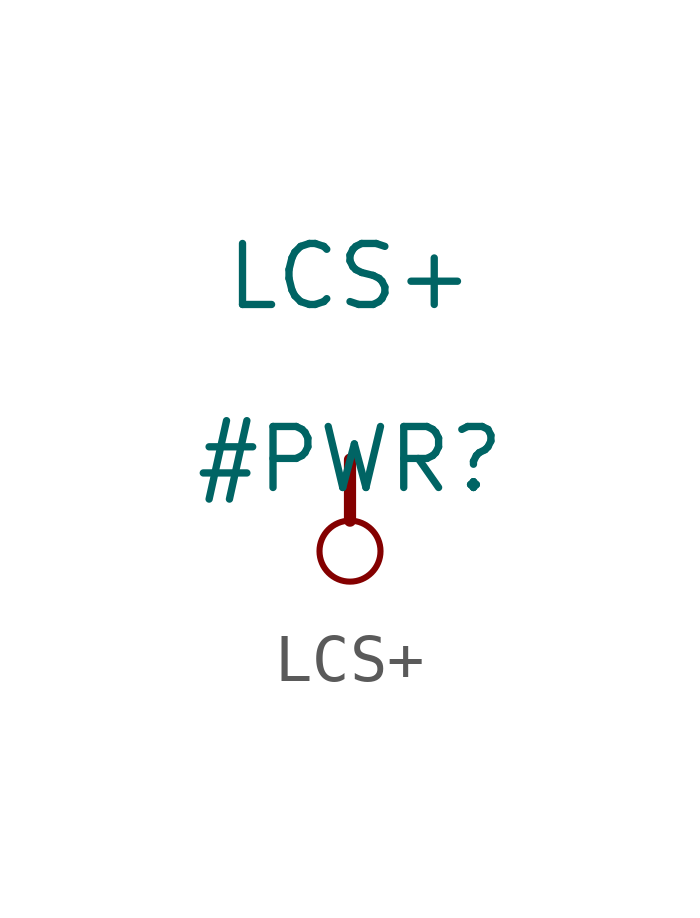
<source format=kicad_sym>
(kicad_symbol_lib
  (version 20211014)
  (generator kicad_symbol_editor)
  (symbol "LCS+"
    (power)
    (property "Reference" "#PWR"
      (at 0 0 0)
      (effects (font (size 1.27 1.27))))
    (property "Value" "LCS+"
      (at 0 3.81 0)
      (effects (font (size 1.27 1.27))))
    (symbol "LCS+_0_0"
      (circle (center 0 -1.905) (radius 0.635) (stroke (width 0.127) (type default) (color 0 0 0 0)) (fill (type none)))
      (polyline (pts (xy 0 0) (xy 0 -1.27)) (stroke (width 0.254) (type default) (color 0 0 0 0)) (fill (type none)))
      (pin power_in line (at 0 0 0) (length 0) hide (name "LCS+" (effects (font (size 1.27 1.27)))) (number "" (effects (font (size 1.27 1.27))))))))
</source>
